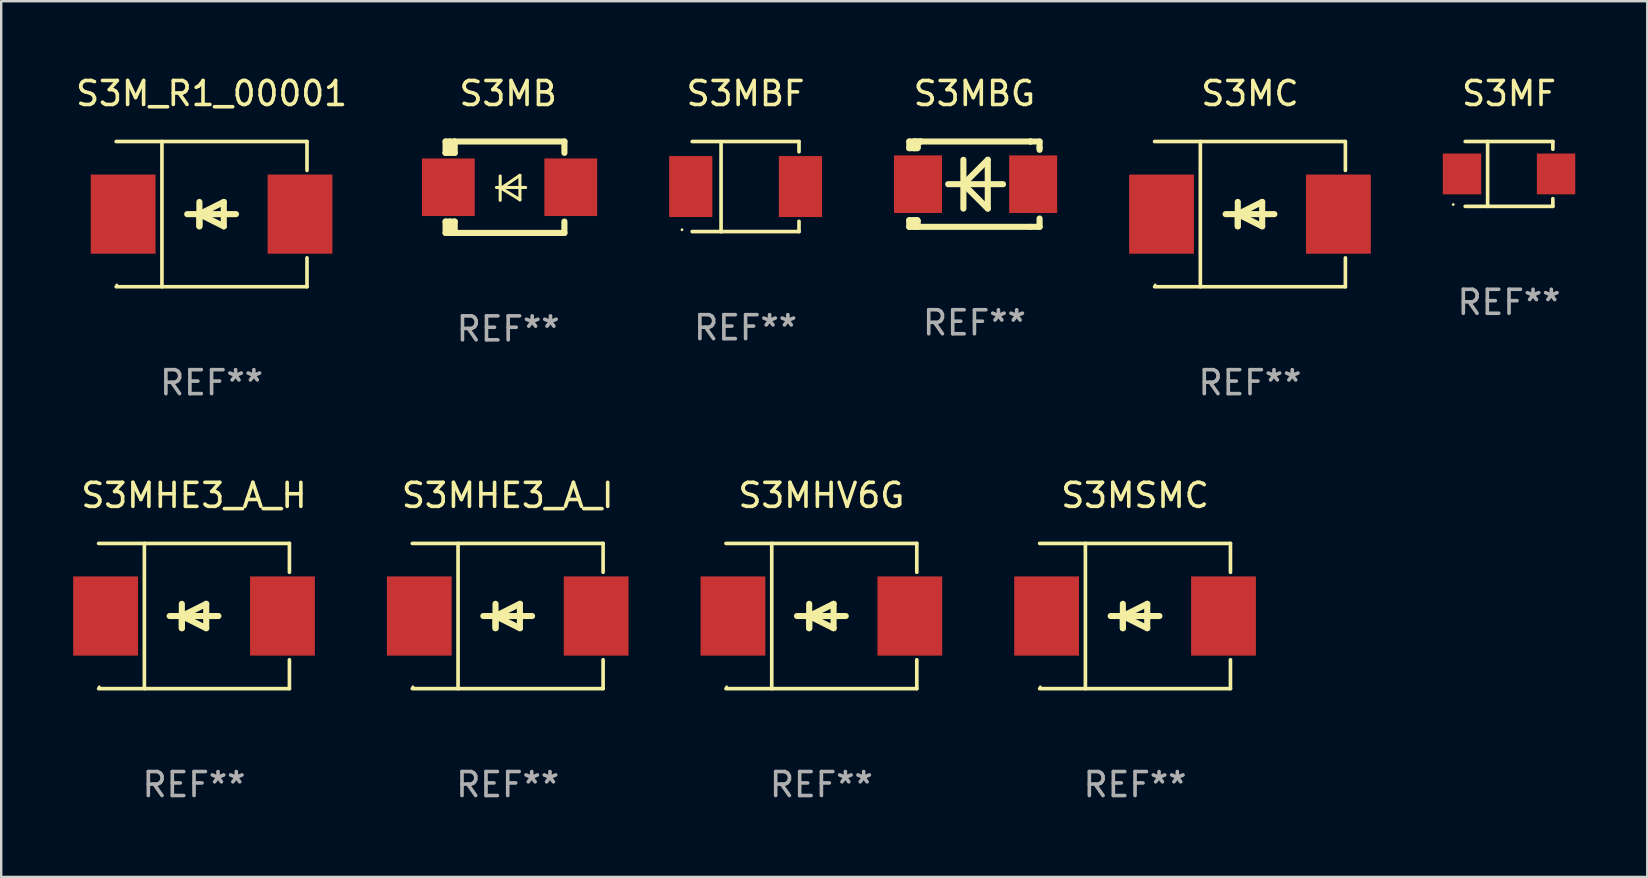
<source format=kicad_pcb>
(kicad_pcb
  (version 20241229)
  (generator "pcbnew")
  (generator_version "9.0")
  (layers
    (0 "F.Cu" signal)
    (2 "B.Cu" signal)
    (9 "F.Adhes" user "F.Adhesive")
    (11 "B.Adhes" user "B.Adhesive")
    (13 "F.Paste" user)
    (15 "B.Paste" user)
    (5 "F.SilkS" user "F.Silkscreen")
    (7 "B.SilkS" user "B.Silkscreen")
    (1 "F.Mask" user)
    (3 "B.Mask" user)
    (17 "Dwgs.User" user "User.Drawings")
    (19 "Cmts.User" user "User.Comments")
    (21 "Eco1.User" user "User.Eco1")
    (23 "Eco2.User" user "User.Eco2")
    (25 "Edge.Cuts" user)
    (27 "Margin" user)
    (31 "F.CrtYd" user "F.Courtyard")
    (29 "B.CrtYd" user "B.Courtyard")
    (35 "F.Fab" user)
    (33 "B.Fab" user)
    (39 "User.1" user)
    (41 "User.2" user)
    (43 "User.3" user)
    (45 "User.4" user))
  (footprint "S3MSMC"
    (layer "F.Cu")
    (at 44.254 22.623)
    (property "Reference" "S3MSMC" (at 0 -5.026 0) (layer "F.SilkS") (effects (font (size 1 1) (thickness 0.15))))
    (attr through_hole)
    (fp_line (start -3.976 -3.026) (end 3.976 -3.026) (stroke (width 0.152) (type solid)) (layer "F.SilkS"))
    (fp_line (start -3.976 3.026) (end 3.976 3.026) (stroke (width 0.152) (type solid)) (layer "F.SilkS"))
    (fp_line (start -2.069 -3.026) (end -2.069 3.026) (stroke (width 0.152) (type solid)) (layer "F.SilkS"))
    (fp_line (start -0.508 0) (end -0.508 0.508) (stroke (width 0.254) (type solid)) (layer "F.SilkS"))
    (fp_line (start -0.508 0) (end 0.508 0.508) (stroke (width 0.254) (type solid)) (layer "F.SilkS"))
    (fp_line (start -0.508 0.508) (end -0.508 -0.508) (stroke (width 0.254) (type solid)) (layer "F.SilkS"))
    (fp_line (start 0.508 -0.508) (end -0.508 0) (stroke (width 0.254) (type solid)) (layer "F.SilkS"))
    (fp_line (start 0.508 0.508) (end 0.508 -0.508) (stroke (width 0.254) (type solid)) (layer "F.SilkS"))
    (fp_line (start 1.016 0) (end -1.016 0) (stroke (width 0.254) (type solid)) (layer "F.SilkS"))
    (fp_line (start 3.976 -3.026) (end 3.976 -1.823) (stroke (width 0.152) (type solid)) (layer "F.SilkS"))
    (fp_line (start 3.976 3.026) (end 3.976 1.823) (stroke (width 0.152) (type solid)) (layer "F.SilkS"))
    (fp_circle (center -3.95 2.95) (end -3.92 2.95) (stroke (width 0.06) (type solid)) (fill no) (layer "F.SilkS"))
    (fp_text user "REF**" (at 0 7.026 0) (layer "F.Fab") (effects (font (size 1 1) (thickness 0.15))))
    (pad "1" smd rect (at -3.686 0) (size 2.7 3.3) (layers "F.Cu" "F.Mask" "F.Paste"))
    (pad "2" smd rect (at 3.686 0) (size 2.7 3.3) (layers "F.Cu" "F.Mask" "F.Paste")))
  (footprint "S3MHV6G"
    (layer "F.Cu")
    (at 31.182 22.623)
    (property "Reference" "S3MHV6G" (at 0 -5.026 0) (layer "F.SilkS") (effects (font (size 1 1) (thickness 0.15))))
    (attr through_hole)
    (fp_line (start -3.976 -3.026) (end 3.976 -3.026) (stroke (width 0.152) (type solid)) (layer "F.SilkS"))
    (fp_line (start -3.976 3.026) (end 3.976 3.026) (stroke (width 0.152) (type solid)) (layer "F.SilkS"))
    (fp_line (start -2.069 -3.026) (end -2.069 3.026) (stroke (width 0.152) (type solid)) (layer "F.SilkS"))
    (fp_line (start -0.508 0) (end -0.508 0.508) (stroke (width 0.254) (type solid)) (layer "F.SilkS"))
    (fp_line (start -0.508 0) (end 0.508 0.508) (stroke (width 0.254) (type solid)) (layer "F.SilkS"))
    (fp_line (start -0.508 0.508) (end -0.508 -0.508) (stroke (width 0.254) (type solid)) (layer "F.SilkS"))
    (fp_line (start 0.508 -0.508) (end -0.508 0) (stroke (width 0.254) (type solid)) (layer "F.SilkS"))
    (fp_line (start 0.508 0.508) (end 0.508 -0.508) (stroke (width 0.254) (type solid)) (layer "F.SilkS"))
    (fp_line (start 1.016 0) (end -1.016 0) (stroke (width 0.254) (type solid)) (layer "F.SilkS"))
    (fp_line (start 3.976 -3.026) (end 3.976 -1.823) (stroke (width 0.152) (type solid)) (layer "F.SilkS"))
    (fp_line (start 3.976 3.026) (end 3.976 1.823) (stroke (width 0.152) (type solid)) (layer "F.SilkS"))
    (fp_circle (center -3.95 2.95) (end -3.92 2.95) (stroke (width 0.06) (type solid)) (fill no) (layer "F.SilkS"))
    (fp_text user "REF**" (at 0 7.026 0) (layer "F.Fab") (effects (font (size 1 1) (thickness 0.15))))
    (pad "1" smd rect (at -3.686 0) (size 2.7 3.3) (layers "F.Cu" "F.Mask" "F.Paste"))
    (pad "2" smd rect (at 3.686 0) (size 2.7 3.3) (layers "F.Cu" "F.Mask" "F.Paste")))
  (footprint "S3MF"
    (layer "F.Cu")
    (at 59.84 4.199)
    (property "Reference" "S3MF" (at 0 -3.351 0) (layer "F.SilkS") (effects (font (size 1 1) (thickness 0.15))))
    (attr through_hole)
    (fp_line (start -1.826 -1.351) (end 1.826 -1.351) (stroke (width 0.152) (type solid)) (layer "F.SilkS"))
    (fp_line (start -1.826 1.351) (end 1.826 1.351) (stroke (width 0.152) (type solid)) (layer "F.SilkS"))
    (fp_line (start -0.892 -1.351) (end -0.892 1.351) (stroke (width 0.152) (type solid)) (layer "F.SilkS"))
    (fp_line (start 1.826 -1.351) (end 1.826 -1.03) (stroke (width 0.152) (type solid)) (layer "F.SilkS"))
    (fp_line (start 1.826 1.03) (end 1.826 1.351) (stroke (width 0.152) (type solid)) (layer "F.SilkS"))
    (fp_circle (center -2.325 1.275) (end -2.295 1.275) (stroke (width 0.06) (type solid)) (fill no) (layer "F.SilkS"))
    (fp_text user "REF**" (at 0 5.351 0) (layer "F.Fab") (effects (font (size 1 1) (thickness 0.15))))
    (pad "1" smd rect (at -1.96 0 180) (size 1.6 1.7) (layers "F.Cu" "F.Mask" "F.Paste"))
    (pad "2" smd rect (at 1.96 0 180) (size 1.6 1.7) (layers "F.Cu" "F.Mask" "F.Paste")))
  (footprint "S3MHE3_A_I"
    (layer "F.Cu")
    (at 18.109 22.623)
    (property "Reference" "S3MHE3_A_I" (at 0 -5.026 0) (layer "F.SilkS") (effects (font (size 1 1) (thickness 0.15))))
    (attr through_hole)
    (fp_line (start -3.976 -3.026) (end 3.976 -3.026) (stroke (width 0.152) (type solid)) (layer "F.SilkS"))
    (fp_line (start -3.976 3.026) (end 3.976 3.026) (stroke (width 0.152) (type solid)) (layer "F.SilkS"))
    (fp_line (start -2.069 -3.026) (end -2.069 3.026) (stroke (width 0.152) (type solid)) (layer "F.SilkS"))
    (fp_line (start -0.508 0) (end -0.508 0.508) (stroke (width 0.254) (type solid)) (layer "F.SilkS"))
    (fp_line (start -0.508 0) (end 0.508 0.508) (stroke (width 0.254) (type solid)) (layer "F.SilkS"))
    (fp_line (start -0.508 0.508) (end -0.508 -0.508) (stroke (width 0.254) (type solid)) (layer "F.SilkS"))
    (fp_line (start 0.508 -0.508) (end -0.508 0) (stroke (width 0.254) (type solid)) (layer "F.SilkS"))
    (fp_line (start 0.508 0.508) (end 0.508 -0.508) (stroke (width 0.254) (type solid)) (layer "F.SilkS"))
    (fp_line (start 1.016 0) (end -1.016 0) (stroke (width 0.254) (type solid)) (layer "F.SilkS"))
    (fp_line (start 3.976 -3.026) (end 3.976 -1.823) (stroke (width 0.152) (type solid)) (layer "F.SilkS"))
    (fp_line (start 3.976 3.026) (end 3.976 1.823) (stroke (width 0.152) (type solid)) (layer "F.SilkS"))
    (fp_circle (center -3.95 2.95) (end -3.92 2.95) (stroke (width 0.06) (type solid)) (fill no) (layer "F.SilkS"))
    (fp_text user "REF**" (at 0 7.026 0) (layer "F.Fab") (effects (font (size 1 1) (thickness 0.15))))
    (pad "1" smd rect (at -3.686 0) (size 2.7 3.3) (layers "F.Cu" "F.Mask" "F.Paste"))
    (pad "2" smd rect (at 3.686 0) (size 2.7 3.3) (layers "F.Cu" "F.Mask" "F.Paste")))
  (footprint "S3MC"
    (layer "F.Cu")
    (at 49.044 5.874)
    (property "Reference" "S3MC" (at 0 -5.026 0) (layer "F.SilkS") (effects (font (size 1 1) (thickness 0.15))))
    (attr through_hole)
    (fp_line (start -3.976 -3.026) (end 3.976 -3.026) (stroke (width 0.152) (type solid)) (layer "F.SilkS"))
    (fp_line (start -3.976 3.026) (end 3.976 3.026) (stroke (width 0.152) (type solid)) (layer "F.SilkS"))
    (fp_line (start -2.069 -3.026) (end -2.069 3.026) (stroke (width 0.152) (type solid)) (layer "F.SilkS"))
    (fp_line (start -0.508 0) (end -0.508 0.508) (stroke (width 0.254) (type solid)) (layer "F.SilkS"))
    (fp_line (start -0.508 0) (end 0.508 0.508) (stroke (width 0.254) (type solid)) (layer "F.SilkS"))
    (fp_line (start -0.508 0.508) (end -0.508 -0.508) (stroke (width 0.254) (type solid)) (layer "F.SilkS"))
    (fp_line (start 0.508 -0.508) (end -0.508 0) (stroke (width 0.254) (type solid)) (layer "F.SilkS"))
    (fp_line (start 0.508 0.508) (end 0.508 -0.508) (stroke (width 0.254) (type solid)) (layer "F.SilkS"))
    (fp_line (start 1.016 0) (end -1.016 0) (stroke (width 0.254) (type solid)) (layer "F.SilkS"))
    (fp_line (start 3.976 -3.026) (end 3.976 -1.823) (stroke (width 0.152) (type solid)) (layer "F.SilkS"))
    (fp_line (start 3.976 3.026) (end 3.976 1.823) (stroke (width 0.152) (type solid)) (layer "F.SilkS"))
    (fp_circle (center -3.95 2.95) (end -3.92 2.95) (stroke (width 0.06) (type solid)) (fill no) (layer "F.SilkS"))
    (fp_text user "REF**" (at 0 7.026 0) (layer "F.Fab") (effects (font (size 1 1) (thickness 0.15))))
    (pad "1" smd rect (at -3.686 0) (size 2.7 3.3) (layers "F.Cu" "F.Mask" "F.Paste"))
    (pad "2" smd rect (at 3.686 0) (size 2.7 3.3) (layers "F.Cu" "F.Mask" "F.Paste")))
  (footprint "S3MHE3_A_H"
    (layer "F.Cu")
    (at 5.036 22.623)
    (property "Reference" "S3MHE3_A_H" (at 0 -5.026 0) (layer "F.SilkS") (effects (font (size 1 1) (thickness 0.15))))
    (attr through_hole)
    (fp_line (start -3.976 -3.026) (end 3.976 -3.026) (stroke (width 0.152) (type solid)) (layer "F.SilkS"))
    (fp_line (start -3.976 3.026) (end 3.976 3.026) (stroke (width 0.152) (type solid)) (layer "F.SilkS"))
    (fp_line (start -2.069 -3.026) (end -2.069 3.026) (stroke (width 0.152) (type solid)) (layer "F.SilkS"))
    (fp_line (start -0.508 0) (end -0.508 0.508) (stroke (width 0.254) (type solid)) (layer "F.SilkS"))
    (fp_line (start -0.508 0) (end 0.508 0.508) (stroke (width 0.254) (type solid)) (layer "F.SilkS"))
    (fp_line (start -0.508 0.508) (end -0.508 -0.508) (stroke (width 0.254) (type solid)) (layer "F.SilkS"))
    (fp_line (start 0.508 -0.508) (end -0.508 0) (stroke (width 0.254) (type solid)) (layer "F.SilkS"))
    (fp_line (start 0.508 0.508) (end 0.508 -0.508) (stroke (width 0.254) (type solid)) (layer "F.SilkS"))
    (fp_line (start 1.016 0) (end -1.016 0) (stroke (width 0.254) (type solid)) (layer "F.SilkS"))
    (fp_line (start 3.976 -3.026) (end 3.976 -1.823) (stroke (width 0.152) (type solid)) (layer "F.SilkS"))
    (fp_line (start 3.976 3.026) (end 3.976 1.823) (stroke (width 0.152) (type solid)) (layer "F.SilkS"))
    (fp_circle (center -3.95 2.95) (end -3.92 2.95) (stroke (width 0.06) (type solid)) (fill no) (layer "F.SilkS"))
    (fp_text user "REF**" (at 0 7.026 0) (layer "F.Fab") (effects (font (size 1 1) (thickness 0.15))))
    (pad "1" smd rect (at -3.686 0) (size 2.7 3.3) (layers "F.Cu" "F.Mask" "F.Paste"))
    (pad "2" smd rect (at 3.686 0) (size 2.7 3.3) (layers "F.Cu" "F.Mask" "F.Paste")))
  (footprint "S3MBG"
    (layer "F.Cu")
    (at 37.56 4.626)
    (property "Reference" "S3MBG" (at 0 -3.778 0) (layer "F.SilkS") (effects (font (size 1 1) (thickness 0.15))))
    (attr through_hole)
    (fp_line (start -2.715 -1.778) (end -2.715 -1.501) (stroke (width 0.254) (type solid)) (layer "F.SilkS"))
    (fp_line (start -2.715 -1.501) (end -2.505 -1.501) (stroke (width 0.254) (type solid)) (layer "F.SilkS"))
    (fp_line (start -2.715 1.501) (end -2.715 1.778) (stroke (width 0.254) (type solid)) (layer "F.SilkS"))
    (fp_line (start -2.715 1.501) (end -2.505 1.501) (stroke (width 0.254) (type solid)) (layer "F.SilkS"))
    (fp_line (start -2.715 1.778) (end -2.504 1.778) (stroke (width 0.254) (type solid)) (layer "F.SilkS"))
    (fp_line (start -2.505 -1.778) (end -2.715 -1.778) (stroke (width 0.254) (type solid)) (layer "F.SilkS"))
    (fp_line (start -2.505 -1.778) (end -2.238 -1.778) (stroke (width 0.254) (type solid)) (layer "F.SilkS"))
    (fp_line (start -2.505 -1.501) (end -2.505 -1.651) (stroke (width 0.254) (type solid)) (layer "F.SilkS"))
    (fp_line (start -2.505 -1.501) (end -2.388 -1.501) (stroke (width 0.254) (type solid)) (layer "F.SilkS"))
    (fp_line (start -2.505 1.501) (end -2.505 1.778) (stroke (width 0.254) (type solid)) (layer "F.SilkS"))
    (fp_line (start -2.505 1.501) (end -2.388 1.501) (stroke (width 0.254) (type solid)) (layer "F.SilkS"))
    (fp_line (start -2.388 1.501) (end -2.365 1.524) (stroke (width 0.254) (type solid)) (layer "F.SilkS"))
    (fp_line (start -2.388 -1.501) (end -2.365 -1.524) (stroke (width 0.254) (type solid)) (layer "F.SilkS"))
    (fp_line (start -2.365 -1.651) (end -2.505 -1.778) (stroke (width 0.254) (type solid)) (layer "F.SilkS"))
    (fp_line (start -2.365 -1.524) (end -2.365 -1.651) (stroke (width 0.254) (type solid)) (layer "F.SilkS"))
    (fp_line (start -2.365 1.524) (end -2.365 1.778) (stroke (width 0.254) (type solid)) (layer "F.SilkS"))
    (fp_line (start -2.239 -1.778) (end 2.333 -1.778) (stroke (width 0.254) (type solid)) (layer "F.SilkS"))
    (fp_line (start -2.238 -1.778) (end -2.505 -1.778) (stroke (width 0.254) (type solid)) (layer "F.SilkS"))
    (fp_line (start -1.095 0) (end 1.191 0) (stroke (width 0.254) (type solid)) (layer "F.SilkS"))
    (fp_line (start -0.46 -1.016) (end -0.46 1.016) (stroke (width 0.254) (type solid)) (layer "F.SilkS"))
    (fp_line (start -0.46 -0.000127) (end 0.556 1.016) (stroke (width 0.254) (type solid)) (layer "F.SilkS"))
    (fp_line (start 0.556 -1.016) (end 0.556 1.016) (stroke (width 0.254) (type solid)) (layer "F.SilkS"))
    (fp_line (start 0.556 -1.016) (end -0.46 -0.000127) (stroke (width 0.254) (type solid)) (layer "F.SilkS"))
    (fp_line (start 2.333 -1.778) (end 2.333 -1.778) (stroke (width 0.254) (type solid)) (layer "F.SilkS"))
    (fp_line (start 2.333 -1.778) (end 2.715 -1.778) (stroke (width 0.254) (type solid)) (layer "F.SilkS"))
    (fp_line (start 2.334 1.778) (end -2.504 1.778) (stroke (width 0.254) (type solid)) (layer "F.SilkS"))
    (fp_line (start 2.715 -1.778) (end 2.715 -1.524) (stroke (width 0.254) (type solid)) (layer "F.SilkS"))
    (fp_line (start 2.715 -1.524) (end 2.715 -1.431) (stroke (width 0.254) (type solid)) (layer "F.SilkS"))
    (fp_line (start 2.715 1.431) (end 2.715 1.778) (stroke (width 0.254) (type solid)) (layer "F.SilkS"))
    (fp_line (start 2.715 1.778) (end 2.334 1.778) (stroke (width 0.254) (type solid)) (layer "F.SilkS"))
    (fp_circle (center -2.602 1.8) (end -2.572 1.8) (stroke (width 0.06) (type solid)) (fill no) (layer "F.SilkS"))
    (fp_text user "REF**" (at 0 5.778 0) (layer "F.Fab") (effects (font (size 1 1) (thickness 0.15))))
    (pad "1" smd rect (at -2.352 -0.000076) (size 2 2.4) (layers "F.Cu" "F.Mask" "F.Paste"))
    (pad "2" smd rect (at 2.448 -0.000076) (size 2 2.4) (layers "F.Cu" "F.Mask" "F.Paste")))
  (footprint "S3MB"
    (layer "F.Cu")
    (at 18.129 4.753)
    (property "Reference" "S3MB" (at 0 -3.905 0) (layer "F.SilkS") (effects (font (size 1 1) (thickness 0.15))))
    (attr through_hole)
    (fp_line (start -2.609 -1.905) (end -2.609 -1.431) (stroke (width 0.254) (type solid)) (layer "F.SilkS"))
    (fp_line (start -2.609 1.431) (end -2.609 1.905) (stroke (width 0.254) (type solid)) (layer "F.SilkS"))
    (fp_line (start -2.609 1.431) (end -2.229 1.431) (stroke (width 0.254) (type solid)) (layer "F.SilkS"))
    (fp_line (start -2.609 1.905) (end -2.229 1.905) (stroke (width 0.254) (type solid)) (layer "F.SilkS"))
    (fp_line (start -2.609 -1.431) (end -2.609 -1.431) (stroke (width 0.254) (type solid)) (layer "F.SilkS"))
    (fp_line (start -2.427 -1.431) (end -2.427 -1.905) (stroke (width 0.254) (type solid)) (layer "F.SilkS"))
    (fp_line (start -2.427 1.905) (end -2.427 1.431) (stroke (width 0.254) (type solid)) (layer "F.SilkS"))
    (fp_line (start -2.229 -1.905) (end -2.609 -1.905) (stroke (width 0.254) (type solid)) (layer "F.SilkS"))
    (fp_line (start -2.229 -1.905) (end 2.343 -1.905) (stroke (width 0.254) (type solid)) (layer "F.SilkS"))
    (fp_line (start -2.229 -1.431) (end -2.609 -1.431) (stroke (width 0.254) (type solid)) (layer "F.SilkS"))
    (fp_line (start -2.229 -1.431) (end -2.229 -1.905) (stroke (width 0.254) (type solid)) (layer "F.SilkS"))
    (fp_line (start -2.229 1.905) (end -2.229 1.431) (stroke (width 0.254) (type solid)) (layer "F.SilkS"))
    (fp_line (start -0.491 0.01) (end 0.727 0.01) (stroke (width 0.127) (type solid)) (layer "F.SilkS"))
    (fp_line (start -0.333 -0.47) (end -0.333 0.546) (stroke (width 0.127) (type solid)) (layer "F.SilkS"))
    (fp_line (start -0.293 0.04) (end 0.489 0.52) (stroke (width 0.127) (type solid)) (layer "F.SilkS"))
    (fp_line (start 0.489 -0.5) (end -0.293 0.04) (stroke (width 0.127) (type solid)) (layer "F.SilkS"))
    (fp_line (start 0.489 0.53) (end 0.489 -0.486) (stroke (width 0.127) (type solid)) (layer "F.SilkS"))
    (fp_line (start 2.343 -1.905) (end 2.343 -1.431) (stroke (width 0.254) (type solid)) (layer "F.SilkS"))
    (fp_line (start 2.343 1.431) (end 2.343 1.905) (stroke (width 0.254) (type solid)) (layer "F.SilkS"))
    (fp_line (start 2.343 1.905) (end -2.229 1.905) (stroke (width 0.254) (type solid)) (layer "F.SilkS"))
    (fp_circle (center -2.643 1.8) (end -2.613 1.8) (stroke (width 0.06) (type solid)) (fill no) (layer "F.SilkS"))
    (fp_text user "REF**" (at 0 5.905 0) (layer "F.Fab") (effects (font (size 1 1) (thickness 0.15))))
    (pad "1" smd rect (at -2.493 0) (size 2.2 2.4) (layers "F.Cu" "F.Mask" "F.Paste"))
    (pad "2" smd rect (at 2.609 0) (size 2.2 2.4) (layers "F.Cu" "F.Mask" "F.Paste")))
  (footprint "S3MBF"
    (layer "F.Cu")
    (at 28.023 4.728)
    (property "Reference" "S3MBF" (at 0 -3.88 0) (layer "F.SilkS") (effects (font (size 1 1) (thickness 0.15))))
    (attr through_hole)
    (fp_line (start -2.226 -1.88) (end 2.226 -1.88) (stroke (width 0.152) (type solid)) (layer "F.SilkS"))
    (fp_line (start -2.226 1.873) (end 2.226 1.873) (stroke (width 0.152) (type solid)) (layer "F.SilkS"))
    (fp_line (start -1.022 -1.873) (end -1.022 1.88) (stroke (width 0.152) (type solid)) (layer "F.SilkS"))
    (fp_line (start 2.226 -1.88) (end 2.226 -1.453) (stroke (width 0.152) (type solid)) (layer "F.SilkS"))
    (fp_line (start 2.226 1.447) (end 2.226 1.873) (stroke (width 0.152) (type solid)) (layer "F.SilkS"))
    (fp_circle (center -2.65 1.797) (end -2.62 1.797) (stroke (width 0.06) (type solid)) (fill no) (layer "F.SilkS"))
    (fp_text user "REF**" (at 0 5.88 0) (layer "F.Fab") (effects (font (size 1 1) (thickness 0.15))))
    (pad "1" smd rect (at -2.285 -0.003) (size 1.8 2.54) (layers "F.Cu" "F.Mask" "F.Paste"))
    (pad "2" smd rect (at 2.285 -0.003) (size 1.8 2.54) (layers "F.Cu" "F.Mask" "F.Paste")))
  (footprint "S3M_R1_00001"
    (layer "F.Cu")
    (at 5.768 5.874)
    (property "Reference" "S3M_R1_00001" (at 0 -5.026 0) (layer "F.SilkS") (effects (font (size 1 1) (thickness 0.15))))
    (attr through_hole)
    (fp_line (start -3.976 -3.026) (end 3.976 -3.026) (stroke (width 0.152) (type solid)) (layer "F.SilkS"))
    (fp_line (start -3.976 3.026) (end 3.976 3.026) (stroke (width 0.152) (type solid)) (layer "F.SilkS"))
    (fp_line (start -2.069 -3.026) (end -2.069 3.026) (stroke (width 0.152) (type solid)) (layer "F.SilkS"))
    (fp_line (start -0.508 0) (end -0.508 0.508) (stroke (width 0.254) (type solid)) (layer "F.SilkS"))
    (fp_line (start -0.508 0) (end 0.508 0.508) (stroke (width 0.254) (type solid)) (layer "F.SilkS"))
    (fp_line (start -0.508 0.508) (end -0.508 -0.508) (stroke (width 0.254) (type solid)) (layer "F.SilkS"))
    (fp_line (start 0.508 -0.508) (end -0.508 0) (stroke (width 0.254) (type solid)) (layer "F.SilkS"))
    (fp_line (start 0.508 0.508) (end 0.508 -0.508) (stroke (width 0.254) (type solid)) (layer "F.SilkS"))
    (fp_line (start 1.016 0) (end -1.016 0) (stroke (width 0.254) (type solid)) (layer "F.SilkS"))
    (fp_line (start 3.976 -3.026) (end 3.976 -1.823) (stroke (width 0.152) (type solid)) (layer "F.SilkS"))
    (fp_line (start 3.976 3.026) (end 3.976 1.823) (stroke (width 0.152) (type solid)) (layer "F.SilkS"))
    (fp_circle (center -3.95 2.95) (end -3.92 2.95) (stroke (width 0.06) (type solid)) (fill no) (layer "F.SilkS"))
    (fp_text user "REF**" (at 0 7.026 0) (layer "F.Fab") (effects (font (size 1 1) (thickness 0.15))))
    (pad "1" smd rect (at -3.686 0) (size 2.7 3.3) (layers "F.Cu" "F.Mask" "F.Paste"))
    (pad "2" smd rect (at 3.686 0) (size 2.7 3.3) (layers "F.Cu" "F.Mask" "F.Paste")))
  (gr_rect
    (start -3 -3)
    (end 65.6 33.498)
    (stroke (width 0.1) (type default))
    (fill no)
    (layer "Edge.Cuts")))
</source>
